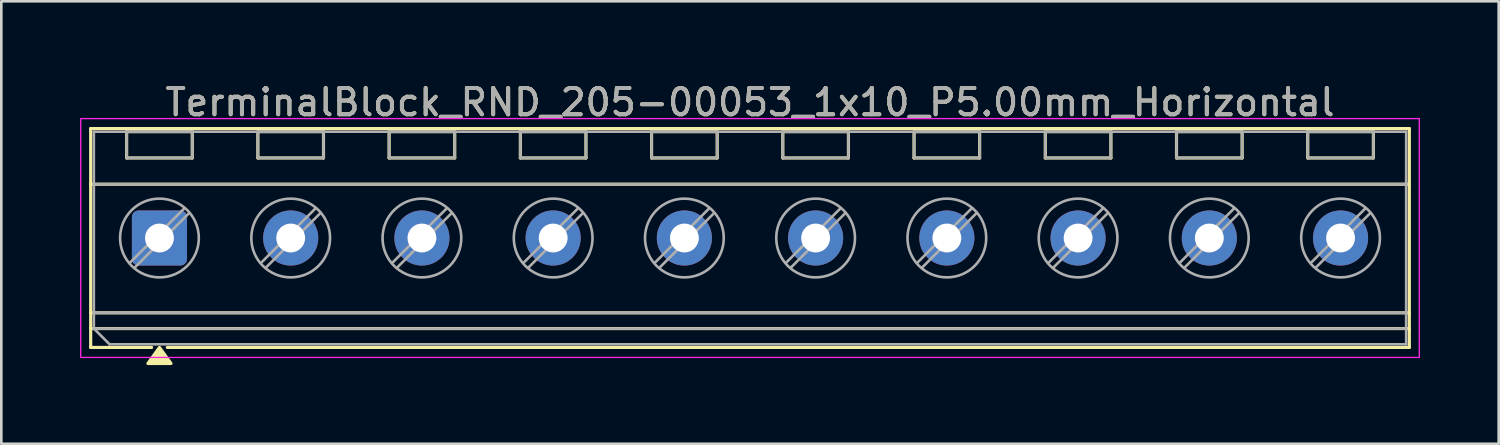
<source format=kicad_pcb>
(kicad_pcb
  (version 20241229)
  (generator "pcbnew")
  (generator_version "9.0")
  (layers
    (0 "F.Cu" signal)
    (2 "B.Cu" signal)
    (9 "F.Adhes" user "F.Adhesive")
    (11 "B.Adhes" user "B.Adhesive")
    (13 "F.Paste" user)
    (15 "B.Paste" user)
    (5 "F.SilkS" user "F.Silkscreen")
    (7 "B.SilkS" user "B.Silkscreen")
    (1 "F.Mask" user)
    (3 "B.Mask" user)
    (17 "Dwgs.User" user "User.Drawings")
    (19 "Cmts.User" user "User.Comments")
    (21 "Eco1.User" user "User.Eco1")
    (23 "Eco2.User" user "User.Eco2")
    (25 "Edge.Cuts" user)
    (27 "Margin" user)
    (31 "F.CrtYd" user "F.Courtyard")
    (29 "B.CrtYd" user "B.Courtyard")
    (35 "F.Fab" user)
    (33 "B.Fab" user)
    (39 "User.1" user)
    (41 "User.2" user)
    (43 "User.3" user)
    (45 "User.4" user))
  (footprint "TerminalBlock_RND_205-00053_1x10_P5.00mm_Horizontal"
    (layer "F.Cu")
    (at 3.025 6.018)
    (property "Reference" "TerminalBlock_RND_205-00053_1x10_P5.00mm_Horizontal" (at 22.5 -5.17 0) (layer "F.SilkS") (effects (font (size 1 1) (thickness 0.15))))
    (attr through_hole)
    (fp_line (start -2.62 -4.17) (end 47.62 -4.17) (stroke (width 0.12) (type solid)) (layer "F.SilkS"))
    (fp_line (start -2.62 -2.05) (end 47.62 -2.05) (stroke (width 0.12) (type solid)) (layer "F.SilkS"))
    (fp_line (start -2.62 2.85) (end 47.62 2.85) (stroke (width 0.12) (type solid)) (layer "F.SilkS"))
    (fp_line (start -2.62 3.45) (end 47.62 3.45) (stroke (width 0.12) (type solid)) (layer "F.SilkS"))
    (fp_line (start -2.62 4.17) (end -2.62 -4.17) (stroke (width 0.12) (type solid)) (layer "F.SilkS"))
    (fp_line (start -1.25 -4.05) (end 1.25 -4.05) (stroke (width 0.12) (type solid)) (layer "F.SilkS"))
    (fp_line (start -1.25 -3.05) (end -1.25 -4.05) (stroke (width 0.12) (type solid)) (layer "F.SilkS"))
    (fp_line (start -0.3 4.17) (end -2.62 4.17) (stroke (width 0.12) (type solid)) (layer "F.SilkS"))
    (fp_line (start 1.25 -4.05) (end 1.25 -3.05) (stroke (width 0.12) (type solid)) (layer "F.SilkS"))
    (fp_line (start 1.25 -3.05) (end -1.25 -3.05) (stroke (width 0.12) (type solid)) (layer "F.SilkS"))
    (fp_line (start 3.75 -4.05) (end 6.25 -4.05) (stroke (width 0.12) (type solid)) (layer "F.SilkS"))
    (fp_line (start 3.75 -3.05) (end 3.75 -4.05) (stroke (width 0.12) (type solid)) (layer "F.SilkS"))
    (fp_line (start 6.25 -4.05) (end 6.25 -3.05) (stroke (width 0.12) (type solid)) (layer "F.SilkS"))
    (fp_line (start 6.25 -3.05) (end 3.75 -3.05) (stroke (width 0.12) (type solid)) (layer "F.SilkS"))
    (fp_line (start 8.75 -4.05) (end 11.25 -4.05) (stroke (width 0.12) (type solid)) (layer "F.SilkS"))
    (fp_line (start 8.75 -3.05) (end 8.75 -4.05) (stroke (width 0.12) (type solid)) (layer "F.SilkS"))
    (fp_line (start 11.25 -4.05) (end 11.25 -3.05) (stroke (width 0.12) (type solid)) (layer "F.SilkS"))
    (fp_line (start 11.25 -3.05) (end 8.75 -3.05) (stroke (width 0.12) (type solid)) (layer "F.SilkS"))
    (fp_line (start 13.75 -4.05) (end 16.25 -4.05) (stroke (width 0.12) (type solid)) (layer "F.SilkS"))
    (fp_line (start 13.75 -3.05) (end 13.75 -4.05) (stroke (width 0.12) (type solid)) (layer "F.SilkS"))
    (fp_line (start 16.25 -4.05) (end 16.25 -3.05) (stroke (width 0.12) (type solid)) (layer "F.SilkS"))
    (fp_line (start 16.25 -3.05) (end 13.75 -3.05) (stroke (width 0.12) (type solid)) (layer "F.SilkS"))
    (fp_line (start 18.75 -4.05) (end 21.25 -4.05) (stroke (width 0.12) (type solid)) (layer "F.SilkS"))
    (fp_line (start 18.75 -3.05) (end 18.75 -4.05) (stroke (width 0.12) (type solid)) (layer "F.SilkS"))
    (fp_line (start 21.25 -4.05) (end 21.25 -3.05) (stroke (width 0.12) (type solid)) (layer "F.SilkS"))
    (fp_line (start 21.25 -3.05) (end 18.75 -3.05) (stroke (width 0.12) (type solid)) (layer "F.SilkS"))
    (fp_line (start 23.75 -4.05) (end 26.25 -4.05) (stroke (width 0.12) (type solid)) (layer "F.SilkS"))
    (fp_line (start 23.75 -3.05) (end 23.75 -4.05) (stroke (width 0.12) (type solid)) (layer "F.SilkS"))
    (fp_line (start 26.25 -4.05) (end 26.25 -3.05) (stroke (width 0.12) (type solid)) (layer "F.SilkS"))
    (fp_line (start 26.25 -3.05) (end 23.75 -3.05) (stroke (width 0.12) (type solid)) (layer "F.SilkS"))
    (fp_line (start 28.75 -4.05) (end 31.25 -4.05) (stroke (width 0.12) (type solid)) (layer "F.SilkS"))
    (fp_line (start 28.75 -3.05) (end 28.75 -4.05) (stroke (width 0.12) (type solid)) (layer "F.SilkS"))
    (fp_line (start 31.25 -4.05) (end 31.25 -3.05) (stroke (width 0.12) (type solid)) (layer "F.SilkS"))
    (fp_line (start 31.25 -3.05) (end 28.75 -3.05) (stroke (width 0.12) (type solid)) (layer "F.SilkS"))
    (fp_line (start 33.75 -4.05) (end 36.25 -4.05) (stroke (width 0.12) (type solid)) (layer "F.SilkS"))
    (fp_line (start 33.75 -3.05) (end 33.75 -4.05) (stroke (width 0.12) (type solid)) (layer "F.SilkS"))
    (fp_line (start 36.25 -4.05) (end 36.25 -3.05) (stroke (width 0.12) (type solid)) (layer "F.SilkS"))
    (fp_line (start 36.25 -3.05) (end 33.75 -3.05) (stroke (width 0.12) (type solid)) (layer "F.SilkS"))
    (fp_line (start 38.75 -4.05) (end 41.25 -4.05) (stroke (width 0.12) (type solid)) (layer "F.SilkS"))
    (fp_line (start 38.75 -3.05) (end 38.75 -4.05) (stroke (width 0.12) (type solid)) (layer "F.SilkS"))
    (fp_line (start 41.25 -4.05) (end 41.25 -3.05) (stroke (width 0.12) (type solid)) (layer "F.SilkS"))
    (fp_line (start 41.25 -3.05) (end 38.75 -3.05) (stroke (width 0.12) (type solid)) (layer "F.SilkS"))
    (fp_line (start 43.75 -4.05) (end 46.25 -4.05) (stroke (width 0.12) (type solid)) (layer "F.SilkS"))
    (fp_line (start 43.75 -3.05) (end 43.75 -4.05) (stroke (width 0.12) (type solid)) (layer "F.SilkS"))
    (fp_line (start 46.25 -4.05) (end 46.25 -3.05) (stroke (width 0.12) (type solid)) (layer "F.SilkS"))
    (fp_line (start 46.25 -3.05) (end 43.75 -3.05) (stroke (width 0.12) (type solid)) (layer "F.SilkS"))
    (fp_line (start 47.62 -4.17) (end 47.62 4.17) (stroke (width 0.12) (type solid)) (layer "F.SilkS"))
    (fp_line (start 47.62 4.17) (end 0.3 4.17) (stroke (width 0.12) (type solid)) (layer "F.SilkS"))
    (fp_poly (pts (xy 0 4.17) (xy 0.44 4.78) (xy -0.44 4.78)) (stroke (width 0.12) (type solid)) (fill yes) (layer "F.SilkS"))
    (fp_line (start -3 -4.55) (end -3 4.55) (stroke (width 0.05) (type solid)) (layer "F.CrtYd"))
    (fp_line (start -3 4.55) (end 48 4.55) (stroke (width 0.05) (type solid)) (layer "F.CrtYd"))
    (fp_line (start 48 -4.55) (end -3 -4.55) (stroke (width 0.05) (type solid)) (layer "F.CrtYd"))
    (fp_line (start 48 4.55) (end 48 -4.55) (stroke (width 0.05) (type solid)) (layer "F.CrtYd"))
    (fp_line (start -2.5 -4.05) (end 47.5 -4.05) (stroke (width 0.1) (type solid)) (layer "F.Fab"))
    (fp_line (start -2.5 -2.05) (end 47.5 -2.05) (stroke (width 0.1) (type solid)) (layer "F.Fab"))
    (fp_line (start -2.5 2.85) (end 47.5 2.85) (stroke (width 0.1) (type solid)) (layer "F.Fab"))
    (fp_line (start -2.5 3.45) (end -2.5 -4.05) (stroke (width 0.1) (type solid)) (layer "F.Fab"))
    (fp_line (start -2.5 3.45) (end 47.5 3.45) (stroke (width 0.1) (type solid)) (layer "F.Fab"))
    (fp_line (start -1.9 4.05) (end -2.5 3.45) (stroke (width 0.1) (type solid)) (layer "F.Fab"))
    (fp_line (start -1.25 -4.05) (end -1.25 -3.05) (stroke (width 0.1) (type solid)) (layer "F.Fab"))
    (fp_line (start -1.25 -3.05) (end 1.25 -3.05) (stroke (width 0.1) (type solid)) (layer "F.Fab"))
    (fp_line (start 0.955 -1.138) (end -1.138 0.955) (stroke (width 0.1) (type solid)) (layer "F.Fab"))
    (fp_line (start 1.138 -0.955) (end -0.955 1.138) (stroke (width 0.1) (type solid)) (layer "F.Fab"))
    (fp_line (start 1.25 -4.05) (end -1.25 -4.05) (stroke (width 0.1) (type solid)) (layer "F.Fab"))
    (fp_line (start 1.25 -3.05) (end 1.25 -4.05) (stroke (width 0.1) (type solid)) (layer "F.Fab"))
    (fp_line (start 3.75 -4.05) (end 3.75 -3.05) (stroke (width 0.1) (type solid)) (layer "F.Fab"))
    (fp_line (start 3.75 -3.05) (end 6.25 -3.05) (stroke (width 0.1) (type solid)) (layer "F.Fab"))
    (fp_line (start 5.955 -1.138) (end 3.862 0.955) (stroke (width 0.1) (type solid)) (layer "F.Fab"))
    (fp_line (start 6.138 -0.955) (end 4.045 1.138) (stroke (width 0.1) (type solid)) (layer "F.Fab"))
    (fp_line (start 6.25 -4.05) (end 3.75 -4.05) (stroke (width 0.1) (type solid)) (layer "F.Fab"))
    (fp_line (start 6.25 -3.05) (end 6.25 -4.05) (stroke (width 0.1) (type solid)) (layer "F.Fab"))
    (fp_line (start 8.75 -4.05) (end 8.75 -3.05) (stroke (width 0.1) (type solid)) (layer "F.Fab"))
    (fp_line (start 8.75 -3.05) (end 11.25 -3.05) (stroke (width 0.1) (type solid)) (layer "F.Fab"))
    (fp_line (start 10.955 -1.138) (end 8.862 0.955) (stroke (width 0.1) (type solid)) (layer "F.Fab"))
    (fp_line (start 11.138 -0.955) (end 9.045 1.138) (stroke (width 0.1) (type solid)) (layer "F.Fab"))
    (fp_line (start 11.25 -4.05) (end 8.75 -4.05) (stroke (width 0.1) (type solid)) (layer "F.Fab"))
    (fp_line (start 11.25 -3.05) (end 11.25 -4.05) (stroke (width 0.1) (type solid)) (layer "F.Fab"))
    (fp_line (start 13.75 -4.05) (end 13.75 -3.05) (stroke (width 0.1) (type solid)) (layer "F.Fab"))
    (fp_line (start 13.75 -3.05) (end 16.25 -3.05) (stroke (width 0.1) (type solid)) (layer "F.Fab"))
    (fp_line (start 15.955 -1.138) (end 13.862 0.955) (stroke (width 0.1) (type solid)) (layer "F.Fab"))
    (fp_line (start 16.138 -0.955) (end 14.045 1.138) (stroke (width 0.1) (type solid)) (layer "F.Fab"))
    (fp_line (start 16.25 -4.05) (end 13.75 -4.05) (stroke (width 0.1) (type solid)) (layer "F.Fab"))
    (fp_line (start 16.25 -3.05) (end 16.25 -4.05) (stroke (width 0.1) (type solid)) (layer "F.Fab"))
    (fp_line (start 18.75 -4.05) (end 18.75 -3.05) (stroke (width 0.1) (type solid)) (layer "F.Fab"))
    (fp_line (start 18.75 -3.05) (end 21.25 -3.05) (stroke (width 0.1) (type solid)) (layer "F.Fab"))
    (fp_line (start 20.955 -1.138) (end 18.862 0.955) (stroke (width 0.1) (type solid)) (layer "F.Fab"))
    (fp_line (start 21.138 -0.955) (end 19.045 1.138) (stroke (width 0.1) (type solid)) (layer "F.Fab"))
    (fp_line (start 21.25 -4.05) (end 18.75 -4.05) (stroke (width 0.1) (type solid)) (layer "F.Fab"))
    (fp_line (start 21.25 -3.05) (end 21.25 -4.05) (stroke (width 0.1) (type solid)) (layer "F.Fab"))
    (fp_line (start 23.75 -4.05) (end 23.75 -3.05) (stroke (width 0.1) (type solid)) (layer "F.Fab"))
    (fp_line (start 23.75 -3.05) (end 26.25 -3.05) (stroke (width 0.1) (type solid)) (layer "F.Fab"))
    (fp_line (start 25.955 -1.138) (end 23.862 0.955) (stroke (width 0.1) (type solid)) (layer "F.Fab"))
    (fp_line (start 26.138 -0.955) (end 24.045 1.138) (stroke (width 0.1) (type solid)) (layer "F.Fab"))
    (fp_line (start 26.25 -4.05) (end 23.75 -4.05) (stroke (width 0.1) (type solid)) (layer "F.Fab"))
    (fp_line (start 26.25 -3.05) (end 26.25 -4.05) (stroke (width 0.1) (type solid)) (layer "F.Fab"))
    (fp_line (start 28.75 -4.05) (end 28.75 -3.05) (stroke (width 0.1) (type solid)) (layer "F.Fab"))
    (fp_line (start 28.75 -3.05) (end 31.25 -3.05) (stroke (width 0.1) (type solid)) (layer "F.Fab"))
    (fp_line (start 30.955 -1.138) (end 28.862 0.955) (stroke (width 0.1) (type solid)) (layer "F.Fab"))
    (fp_line (start 31.138 -0.955) (end 29.045 1.138) (stroke (width 0.1) (type solid)) (layer "F.Fab"))
    (fp_line (start 31.25 -4.05) (end 28.75 -4.05) (stroke (width 0.1) (type solid)) (layer "F.Fab"))
    (fp_line (start 31.25 -3.05) (end 31.25 -4.05) (stroke (width 0.1) (type solid)) (layer "F.Fab"))
    (fp_line (start 33.75 -4.05) (end 33.75 -3.05) (stroke (width 0.1) (type solid)) (layer "F.Fab"))
    (fp_line (start 33.75 -3.05) (end 36.25 -3.05) (stroke (width 0.1) (type solid)) (layer "F.Fab"))
    (fp_line (start 35.955 -1.138) (end 33.862 0.955) (stroke (width 0.1) (type solid)) (layer "F.Fab"))
    (fp_line (start 36.138 -0.955) (end 34.045 1.138) (stroke (width 0.1) (type solid)) (layer "F.Fab"))
    (fp_line (start 36.25 -4.05) (end 33.75 -4.05) (stroke (width 0.1) (type solid)) (layer "F.Fab"))
    (fp_line (start 36.25 -3.05) (end 36.25 -4.05) (stroke (width 0.1) (type solid)) (layer "F.Fab"))
    (fp_line (start 38.75 -4.05) (end 38.75 -3.05) (stroke (width 0.1) (type solid)) (layer "F.Fab"))
    (fp_line (start 38.75 -3.05) (end 41.25 -3.05) (stroke (width 0.1) (type solid)) (layer "F.Fab"))
    (fp_line (start 40.955 -1.138) (end 38.862 0.955) (stroke (width 0.1) (type solid)) (layer "F.Fab"))
    (fp_line (start 41.138 -0.955) (end 39.045 1.138) (stroke (width 0.1) (type solid)) (layer "F.Fab"))
    (fp_line (start 41.25 -4.05) (end 38.75 -4.05) (stroke (width 0.1) (type solid)) (layer "F.Fab"))
    (fp_line (start 41.25 -3.05) (end 41.25 -4.05) (stroke (width 0.1) (type solid)) (layer "F.Fab"))
    (fp_line (start 43.75 -4.05) (end 43.75 -3.05) (stroke (width 0.1) (type solid)) (layer "F.Fab"))
    (fp_line (start 43.75 -3.05) (end 46.25 -3.05) (stroke (width 0.1) (type solid)) (layer "F.Fab"))
    (fp_line (start 45.955 -1.138) (end 43.862 0.955) (stroke (width 0.1) (type solid)) (layer "F.Fab"))
    (fp_line (start 46.138 -0.955) (end 44.045 1.138) (stroke (width 0.1) (type solid)) (layer "F.Fab"))
    (fp_line (start 46.25 -4.05) (end 43.75 -4.05) (stroke (width 0.1) (type solid)) (layer "F.Fab"))
    (fp_line (start 46.25 -3.05) (end 46.25 -4.05) (stroke (width 0.1) (type solid)) (layer "F.Fab"))
    (fp_line (start 47.5 -4.05) (end 47.5 4.05) (stroke (width 0.1) (type solid)) (layer "F.Fab"))
    (fp_line (start 47.5 4.05) (end -1.9 4.05) (stroke (width 0.1) (type solid)) (layer "F.Fab"))
    (fp_circle (center 0 0) (end 1.5 0) (stroke (width 0.1) (type solid)) (fill no) (layer "F.Fab"))
    (fp_circle (center 5 0) (end 6.5 0) (stroke (width 0.1) (type solid)) (fill no) (layer "F.Fab"))
    (fp_circle (center 10 0) (end 11.5 0) (stroke (width 0.1) (type solid)) (fill no) (layer "F.Fab"))
    (fp_circle (center 15 0) (end 16.5 0) (stroke (width 0.1) (type solid)) (fill no) (layer "F.Fab"))
    (fp_circle (center 20 0) (end 21.5 0) (stroke (width 0.1) (type solid)) (fill no) (layer "F.Fab"))
    (fp_circle (center 25 0) (end 26.5 0) (stroke (width 0.1) (type solid)) (fill no) (layer "F.Fab"))
    (fp_circle (center 30 0) (end 31.5 0) (stroke (width 0.1) (type solid)) (fill no) (layer "F.Fab"))
    (fp_circle (center 35 0) (end 36.5 0) (stroke (width 0.1) (type solid)) (fill no) (layer "F.Fab"))
    (fp_circle (center 40 0) (end 41.5 0) (stroke (width 0.1) (type solid)) (fill no) (layer "F.Fab"))
    (fp_circle (center 45 0) (end 46.5 0) (stroke (width 0.1) (type solid)) (fill no) (layer "F.Fab"))
    (fp_text user "${REFERENCE}" (at 22.5 -5.17 0) (layer "F.Fab") (effects (font (size 1 1) (thickness 0.15))))
    (pad "1" thru_hole roundrect (at 0 0) (size 2.1 2.1) (drill 1.1) (layers "*.Cu" "*.Mask") (roundrect_rratio 0.119))
    (pad "2" thru_hole circle (at 5 0) (size 2.1 2.1) (drill 1.1) (layers "*.Cu" "*.Mask"))
    (pad "3" thru_hole circle (at 10 0) (size 2.1 2.1) (drill 1.1) (layers "*.Cu" "*.Mask"))
    (pad "4" thru_hole circle (at 15 0) (size 2.1 2.1) (drill 1.1) (layers "*.Cu" "*.Mask"))
    (pad "5" thru_hole circle (at 20 0) (size 2.1 2.1) (drill 1.1) (layers "*.Cu" "*.Mask"))
    (pad "6" thru_hole circle (at 25 0) (size 2.1 2.1) (drill 1.1) (layers "*.Cu" "*.Mask"))
    (pad "7" thru_hole circle (at 30 0) (size 2.1 2.1) (drill 1.1) (layers "*.Cu" "*.Mask"))
    (pad "8" thru_hole circle (at 35 0) (size 2.1 2.1) (drill 1.1) (layers "*.Cu" "*.Mask"))
    (pad "9" thru_hole circle (at 40 0) (size 2.1 2.1) (drill 1.1) (layers "*.Cu" "*.Mask"))
    (pad "10" thru_hole circle (at 45 0) (size 2.1 2.1) (drill 1.1) (layers "*.Cu" "*.Mask")))
  (gr_rect
    (start -3 -3)
    (end 54.05 13.858)
    (stroke (width 0.1) (type default))
    (fill no)
    (layer "Edge.Cuts")))
</source>
